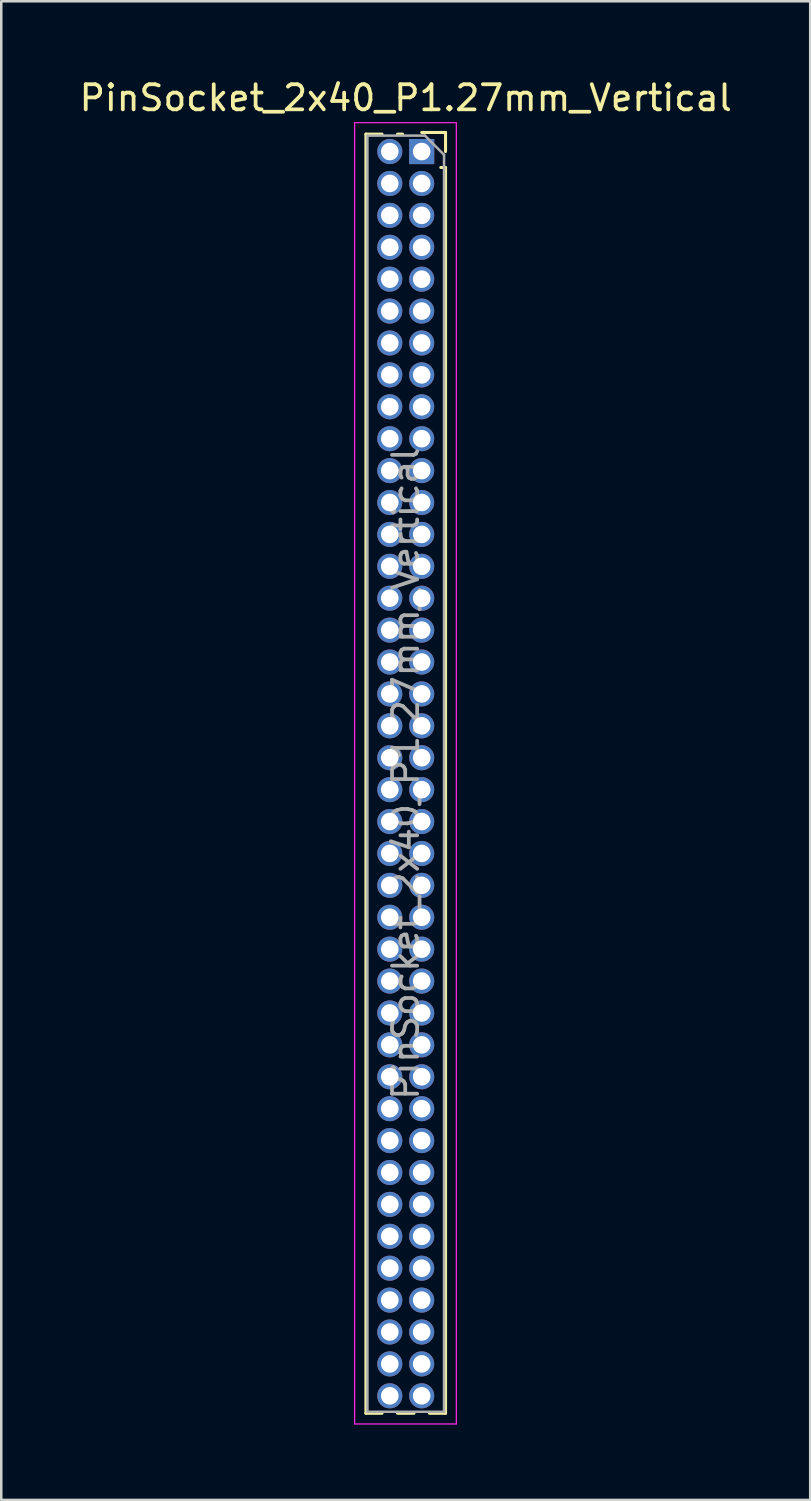
<source format=kicad_pcb>
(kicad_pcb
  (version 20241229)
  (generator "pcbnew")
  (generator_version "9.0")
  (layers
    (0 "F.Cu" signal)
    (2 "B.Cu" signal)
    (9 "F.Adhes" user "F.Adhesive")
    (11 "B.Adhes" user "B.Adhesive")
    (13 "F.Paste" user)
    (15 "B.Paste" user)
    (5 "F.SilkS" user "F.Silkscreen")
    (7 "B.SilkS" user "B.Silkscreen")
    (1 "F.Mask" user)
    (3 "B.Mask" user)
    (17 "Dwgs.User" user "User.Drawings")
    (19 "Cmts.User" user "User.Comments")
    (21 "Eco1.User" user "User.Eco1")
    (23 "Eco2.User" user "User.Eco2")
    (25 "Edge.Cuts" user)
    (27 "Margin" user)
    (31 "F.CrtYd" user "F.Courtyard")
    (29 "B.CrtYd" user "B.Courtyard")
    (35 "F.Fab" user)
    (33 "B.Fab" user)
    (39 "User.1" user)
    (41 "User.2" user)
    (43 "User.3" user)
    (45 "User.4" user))
  (footprint "PinSocket_2x40_P1.27mm_Vertical"
    (layer "F.Cu")
    (at 13.736 2.983)
    (property "Reference" "PinSocket_2x40_P1.27mm_Vertical" (at -0.635 -2.135 0) (layer "F.SilkS") (effects (font (size 1 1) (thickness 0.15))))
    (attr through_hole)
    (fp_line (start -2.22 -0.695) (end -2.22 50.225) (stroke (width 0.12) (type solid)) (layer "F.SilkS"))
    (fp_line (start -2.22 -0.695) (end -1.578 -0.695) (stroke (width 0.12) (type solid)) (layer "F.SilkS"))
    (fp_line (start -2.22 50.225) (end -1.578 50.225) (stroke (width 0.12) (type solid)) (layer "F.SilkS"))
    (fp_line (start -0.962 -0.695) (end -0.76 -0.695) (stroke (width 0.12) (type solid)) (layer "F.SilkS"))
    (fp_line (start -0.962 50.225) (end -0.308 50.225) (stroke (width 0.12) (type solid)) (layer "F.SilkS"))
    (fp_line (start 0 -0.76) (end 0.95 -0.76) (stroke (width 0.12) (type solid)) (layer "F.SilkS"))
    (fp_line (start 0.308 50.225) (end 0.95 50.225) (stroke (width 0.12) (type solid)) (layer "F.SilkS"))
    (fp_line (start 0.76 0.635) (end 0.95 0.635) (stroke (width 0.12) (type solid)) (layer "F.SilkS"))
    (fp_line (start 0.95 -0.76) (end 0.95 0) (stroke (width 0.12) (type solid)) (layer "F.SilkS"))
    (fp_line (start 0.95 0.635) (end 0.95 50.225) (stroke (width 0.12) (type solid)) (layer "F.SilkS"))
    (fp_line (start -2.67 -1.15) (end 1.38 -1.15) (stroke (width 0.05) (type solid)) (layer "F.CrtYd"))
    (fp_line (start -2.67 50.65) (end -2.67 -1.15) (stroke (width 0.05) (type solid)) (layer "F.CrtYd"))
    (fp_line (start 1.38 -1.15) (end 1.38 50.65) (stroke (width 0.05) (type solid)) (layer "F.CrtYd"))
    (fp_line (start 1.38 50.65) (end -2.67 50.65) (stroke (width 0.05) (type solid)) (layer "F.CrtYd"))
    (fp_line (start -2.16 -0.635) (end 0.128 -0.635) (stroke (width 0.1) (type solid)) (layer "F.Fab"))
    (fp_line (start -2.16 50.165) (end -2.16 -0.635) (stroke (width 0.1) (type solid)) (layer "F.Fab"))
    (fp_line (start 0.128 -0.635) (end 0.89 0.128) (stroke (width 0.1) (type solid)) (layer "F.Fab"))
    (fp_line (start 0.89 0.128) (end 0.89 50.165) (stroke (width 0.1) (type solid)) (layer "F.Fab"))
    (fp_line (start 0.89 50.165) (end -2.16 50.165) (stroke (width 0.1) (type solid)) (layer "F.Fab"))
    (fp_text user "${REFERENCE}" (at -0.635 24.765 90) (layer "F.Fab") (effects (font (size 1 1) (thickness 0.15))))
    (pad "1" thru_hole rect (at 0 0) (size 1 1) (drill 0.7) (layers "*.Cu" "*.Mask"))
    (pad "2" thru_hole circle (at -1.27 0) (size 1 1) (drill 0.7) (layers "*.Cu" "*.Mask"))
    (pad "3" thru_hole circle (at 0 1.27) (size 1 1) (drill 0.7) (layers "*.Cu" "*.Mask"))
    (pad "4" thru_hole circle (at -1.27 1.27) (size 1 1) (drill 0.7) (layers "*.Cu" "*.Mask"))
    (pad "5" thru_hole circle (at 0 2.54) (size 1 1) (drill 0.7) (layers "*.Cu" "*.Mask"))
    (pad "6" thru_hole circle (at -1.27 2.54) (size 1 1) (drill 0.7) (layers "*.Cu" "*.Mask"))
    (pad "7" thru_hole circle (at 0 3.81) (size 1 1) (drill 0.7) (layers "*.Cu" "*.Mask"))
    (pad "8" thru_hole circle (at -1.27 3.81) (size 1 1) (drill 0.7) (layers "*.Cu" "*.Mask"))
    (pad "9" thru_hole circle (at 0 5.08) (size 1 1) (drill 0.7) (layers "*.Cu" "*.Mask"))
    (pad "10" thru_hole circle (at -1.27 5.08) (size 1 1) (drill 0.7) (layers "*.Cu" "*.Mask"))
    (pad "11" thru_hole circle (at 0 6.35) (size 1 1) (drill 0.7) (layers "*.Cu" "*.Mask"))
    (pad "12" thru_hole circle (at -1.27 6.35) (size 1 1) (drill 0.7) (layers "*.Cu" "*.Mask"))
    (pad "13" thru_hole circle (at 0 7.62) (size 1 1) (drill 0.7) (layers "*.Cu" "*.Mask"))
    (pad "14" thru_hole circle (at -1.27 7.62) (size 1 1) (drill 0.7) (layers "*.Cu" "*.Mask"))
    (pad "15" thru_hole circle (at 0 8.89) (size 1 1) (drill 0.7) (layers "*.Cu" "*.Mask"))
    (pad "16" thru_hole circle (at -1.27 8.89) (size 1 1) (drill 0.7) (layers "*.Cu" "*.Mask"))
    (pad "17" thru_hole circle (at 0 10.16) (size 1 1) (drill 0.7) (layers "*.Cu" "*.Mask"))
    (pad "18" thru_hole circle (at -1.27 10.16) (size 1 1) (drill 0.7) (layers "*.Cu" "*.Mask"))
    (pad "19" thru_hole circle (at 0 11.43) (size 1 1) (drill 0.7) (layers "*.Cu" "*.Mask"))
    (pad "20" thru_hole circle (at -1.27 11.43) (size 1 1) (drill 0.7) (layers "*.Cu" "*.Mask"))
    (pad "21" thru_hole circle (at 0 12.7) (size 1 1) (drill 0.7) (layers "*.Cu" "*.Mask"))
    (pad "22" thru_hole circle (at -1.27 12.7) (size 1 1) (drill 0.7) (layers "*.Cu" "*.Mask"))
    (pad "23" thru_hole circle (at 0 13.97) (size 1 1) (drill 0.7) (layers "*.Cu" "*.Mask"))
    (pad "24" thru_hole circle (at -1.27 13.97) (size 1 1) (drill 0.7) (layers "*.Cu" "*.Mask"))
    (pad "25" thru_hole circle (at 0 15.24) (size 1 1) (drill 0.7) (layers "*.Cu" "*.Mask"))
    (pad "26" thru_hole circle (at -1.27 15.24) (size 1 1) (drill 0.7) (layers "*.Cu" "*.Mask"))
    (pad "27" thru_hole circle (at 0 16.51) (size 1 1) (drill 0.7) (layers "*.Cu" "*.Mask"))
    (pad "28" thru_hole circle (at -1.27 16.51) (size 1 1) (drill 0.7) (layers "*.Cu" "*.Mask"))
    (pad "29" thru_hole circle (at 0 17.78) (size 1 1) (drill 0.7) (layers "*.Cu" "*.Mask"))
    (pad "30" thru_hole circle (at -1.27 17.78) (size 1 1) (drill 0.7) (layers "*.Cu" "*.Mask"))
    (pad "31" thru_hole circle (at 0 19.05) (size 1 1) (drill 0.7) (layers "*.Cu" "*.Mask"))
    (pad "32" thru_hole circle (at -1.27 19.05) (size 1 1) (drill 0.7) (layers "*.Cu" "*.Mask"))
    (pad "33" thru_hole circle (at 0 20.32) (size 1 1) (drill 0.7) (layers "*.Cu" "*.Mask"))
    (pad "34" thru_hole circle (at -1.27 20.32) (size 1 1) (drill 0.7) (layers "*.Cu" "*.Mask"))
    (pad "35" thru_hole circle (at 0 21.59) (size 1 1) (drill 0.7) (layers "*.Cu" "*.Mask"))
    (pad "36" thru_hole circle (at -1.27 21.59) (size 1 1) (drill 0.7) (layers "*.Cu" "*.Mask"))
    (pad "37" thru_hole circle (at 0 22.86) (size 1 1) (drill 0.7) (layers "*.Cu" "*.Mask"))
    (pad "38" thru_hole circle (at -1.27 22.86) (size 1 1) (drill 0.7) (layers "*.Cu" "*.Mask"))
    (pad "39" thru_hole circle (at 0 24.13) (size 1 1) (drill 0.7) (layers "*.Cu" "*.Mask"))
    (pad "40" thru_hole circle (at -1.27 24.13) (size 1 1) (drill 0.7) (layers "*.Cu" "*.Mask"))
    (pad "41" thru_hole circle (at 0 25.4) (size 1 1) (drill 0.7) (layers "*.Cu" "*.Mask"))
    (pad "42" thru_hole circle (at -1.27 25.4) (size 1 1) (drill 0.7) (layers "*.Cu" "*.Mask"))
    (pad "43" thru_hole circle (at 0 26.67) (size 1 1) (drill 0.7) (layers "*.Cu" "*.Mask"))
    (pad "44" thru_hole circle (at -1.27 26.67) (size 1 1) (drill 0.7) (layers "*.Cu" "*.Mask"))
    (pad "45" thru_hole circle (at 0 27.94) (size 1 1) (drill 0.7) (layers "*.Cu" "*.Mask"))
    (pad "46" thru_hole circle (at -1.27 27.94) (size 1 1) (drill 0.7) (layers "*.Cu" "*.Mask"))
    (pad "47" thru_hole circle (at 0 29.21) (size 1 1) (drill 0.7) (layers "*.Cu" "*.Mask"))
    (pad "48" thru_hole circle (at -1.27 29.21) (size 1 1) (drill 0.7) (layers "*.Cu" "*.Mask"))
    (pad "49" thru_hole circle (at 0 30.48) (size 1 1) (drill 0.7) (layers "*.Cu" "*.Mask"))
    (pad "50" thru_hole circle (at -1.27 30.48) (size 1 1) (drill 0.7) (layers "*.Cu" "*.Mask"))
    (pad "51" thru_hole circle (at 0 31.75) (size 1 1) (drill 0.7) (layers "*.Cu" "*.Mask"))
    (pad "52" thru_hole circle (at -1.27 31.75) (size 1 1) (drill 0.7) (layers "*.Cu" "*.Mask"))
    (pad "53" thru_hole circle (at 0 33.02) (size 1 1) (drill 0.7) (layers "*.Cu" "*.Mask"))
    (pad "54" thru_hole circle (at -1.27 33.02) (size 1 1) (drill 0.7) (layers "*.Cu" "*.Mask"))
    (pad "55" thru_hole circle (at 0 34.29) (size 1 1) (drill 0.7) (layers "*.Cu" "*.Mask"))
    (pad "56" thru_hole circle (at -1.27 34.29) (size 1 1) (drill 0.7) (layers "*.Cu" "*.Mask"))
    (pad "57" thru_hole circle (at 0 35.56) (size 1 1) (drill 0.7) (layers "*.Cu" "*.Mask"))
    (pad "58" thru_hole circle (at -1.27 35.56) (size 1 1) (drill 0.7) (layers "*.Cu" "*.Mask"))
    (pad "59" thru_hole circle (at 0 36.83) (size 1 1) (drill 0.7) (layers "*.Cu" "*.Mask"))
    (pad "60" thru_hole circle (at -1.27 36.83) (size 1 1) (drill 0.7) (layers "*.Cu" "*.Mask"))
    (pad "61" thru_hole circle (at 0 38.1) (size 1 1) (drill 0.7) (layers "*.Cu" "*.Mask"))
    (pad "62" thru_hole circle (at -1.27 38.1) (size 1 1) (drill 0.7) (layers "*.Cu" "*.Mask"))
    (pad "63" thru_hole circle (at 0 39.37) (size 1 1) (drill 0.7) (layers "*.Cu" "*.Mask"))
    (pad "64" thru_hole circle (at -1.27 39.37) (size 1 1) (drill 0.7) (layers "*.Cu" "*.Mask"))
    (pad "65" thru_hole circle (at 0 40.64) (size 1 1) (drill 0.7) (layers "*.Cu" "*.Mask"))
    (pad "66" thru_hole circle (at -1.27 40.64) (size 1 1) (drill 0.7) (layers "*.Cu" "*.Mask"))
    (pad "67" thru_hole circle (at 0 41.91) (size 1 1) (drill 0.7) (layers "*.Cu" "*.Mask"))
    (pad "68" thru_hole circle (at -1.27 41.91) (size 1 1) (drill 0.7) (layers "*.Cu" "*.Mask"))
    (pad "69" thru_hole circle (at 0 43.18) (size 1 1) (drill 0.7) (layers "*.Cu" "*.Mask"))
    (pad "70" thru_hole circle (at -1.27 43.18) (size 1 1) (drill 0.7) (layers "*.Cu" "*.Mask"))
    (pad "71" thru_hole circle (at 0 44.45) (size 1 1) (drill 0.7) (layers "*.Cu" "*.Mask"))
    (pad "72" thru_hole circle (at -1.27 44.45) (size 1 1) (drill 0.7) (layers "*.Cu" "*.Mask"))
    (pad "73" thru_hole circle (at 0 45.72) (size 1 1) (drill 0.7) (layers "*.Cu" "*.Mask"))
    (pad "74" thru_hole circle (at -1.27 45.72) (size 1 1) (drill 0.7) (layers "*.Cu" "*.Mask"))
    (pad "75" thru_hole circle (at 0 46.99) (size 1 1) (drill 0.7) (layers "*.Cu" "*.Mask"))
    (pad "76" thru_hole circle (at -1.27 46.99) (size 1 1) (drill 0.7) (layers "*.Cu" "*.Mask"))
    (pad "77" thru_hole circle (at 0 48.26) (size 1 1) (drill 0.7) (layers "*.Cu" "*.Mask"))
    (pad "78" thru_hole circle (at -1.27 48.26) (size 1 1) (drill 0.7) (layers "*.Cu" "*.Mask"))
    (pad "79" thru_hole circle (at 0 49.53) (size 1 1) (drill 0.7) (layers "*.Cu" "*.Mask"))
    (pad "80" thru_hole circle (at -1.27 49.53) (size 1 1) (drill 0.7) (layers "*.Cu" "*.Mask")))
  (gr_rect
    (start -3 -3)
    (end 29.202 56.658)
    (stroke (width 0.1) (type default))
    (fill no)
    (layer "Edge.Cuts")))
</source>
